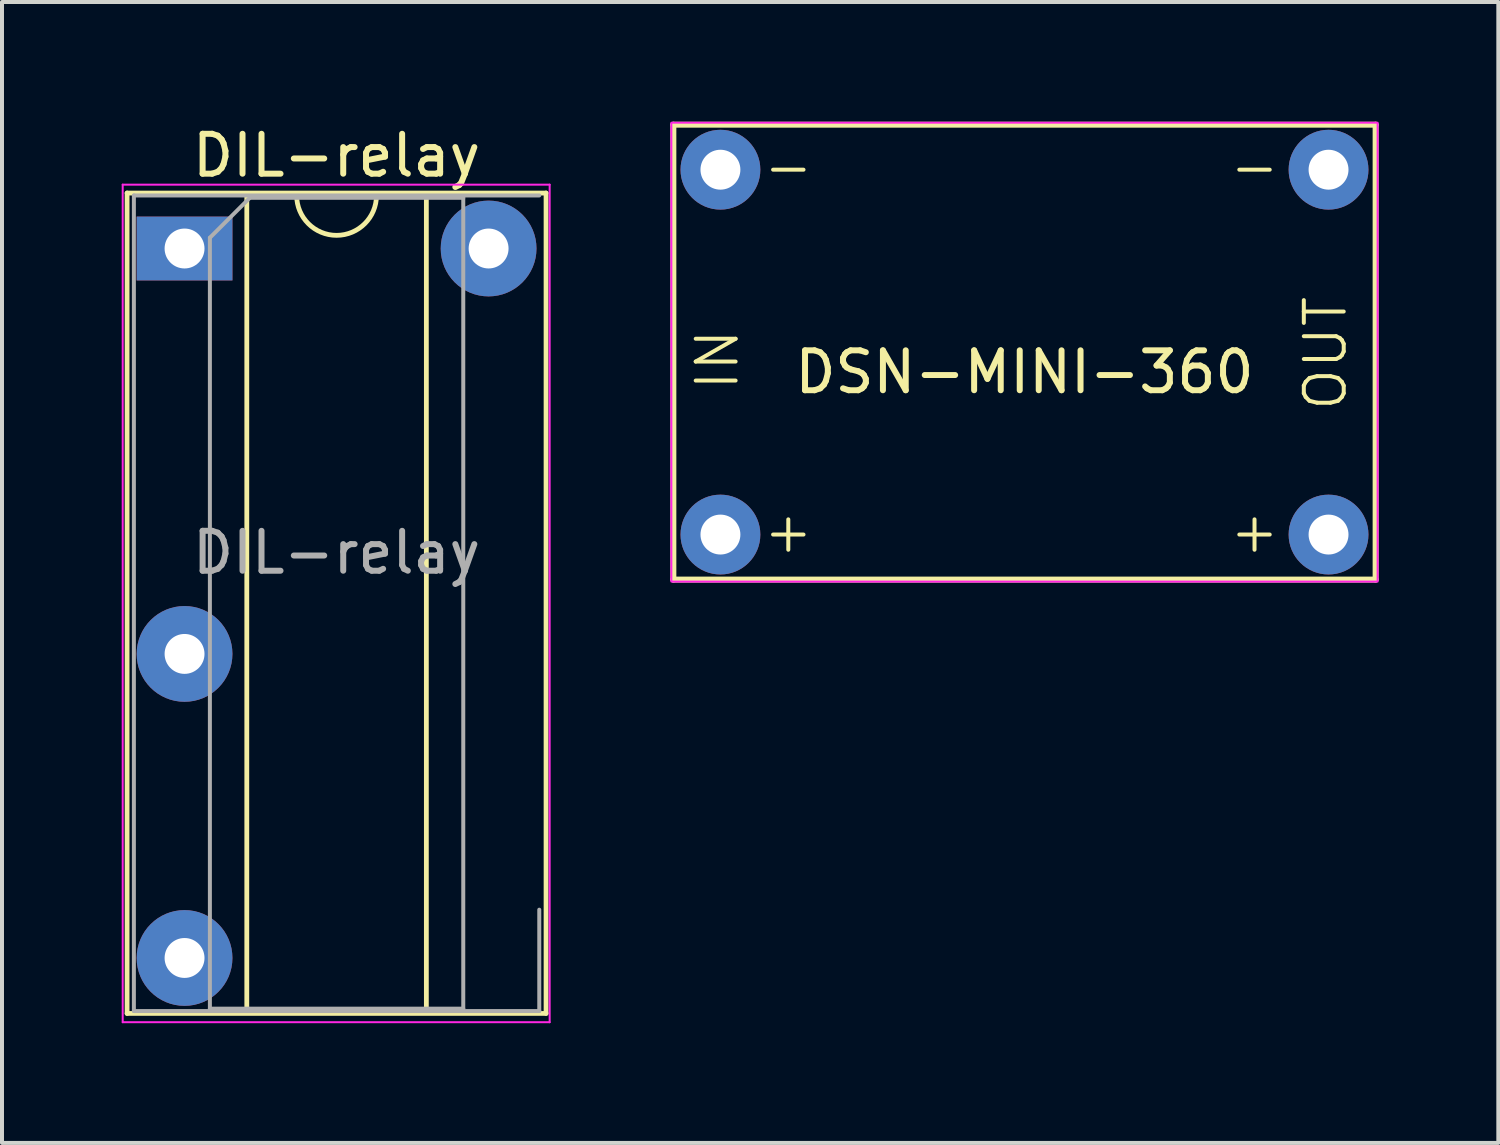
<source format=kicad_pcb>
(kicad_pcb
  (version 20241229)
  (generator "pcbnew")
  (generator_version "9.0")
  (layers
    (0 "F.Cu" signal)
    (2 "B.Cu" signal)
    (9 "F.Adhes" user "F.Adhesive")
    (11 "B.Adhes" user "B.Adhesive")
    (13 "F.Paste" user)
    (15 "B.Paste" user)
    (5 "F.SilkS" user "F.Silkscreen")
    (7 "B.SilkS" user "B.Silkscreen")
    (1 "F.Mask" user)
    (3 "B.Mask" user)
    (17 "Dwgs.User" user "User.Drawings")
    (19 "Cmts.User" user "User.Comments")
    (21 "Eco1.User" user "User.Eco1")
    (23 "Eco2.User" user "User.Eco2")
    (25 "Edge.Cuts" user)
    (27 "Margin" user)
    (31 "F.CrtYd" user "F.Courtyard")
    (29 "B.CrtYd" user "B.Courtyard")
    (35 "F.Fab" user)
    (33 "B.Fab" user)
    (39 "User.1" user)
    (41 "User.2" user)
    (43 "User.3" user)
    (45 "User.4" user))
  (footprint "DIL-relay"
    (layer "F.Cu")
    (at 1.575 3.178)
    (property "Reference" "DIL-relay" (at 3.81 -2.33 0) (layer "F.SilkS") (effects (font (size 1 1) (thickness 0.15))))
    (attr through_hole)
    (fp_line (start -1.44 -1.39) (end -1.44 19.17) (stroke (width 0.12) (type solid)) (layer "F.SilkS"))
    (fp_line (start -1.44 19.17) (end 9.06 19.17) (stroke (width 0.12) (type solid)) (layer "F.SilkS"))
    (fp_line (start 1.56 -1.33) (end 1.56 19.11) (stroke (width 0.12) (type solid)) (layer "F.SilkS"))
    (fp_line (start 1.56 19.11) (end 6.06 19.11) (stroke (width 0.12) (type solid)) (layer "F.SilkS"))
    (fp_line (start 2.81 -1.33) (end 1.56 -1.33) (stroke (width 0.12) (type solid)) (layer "F.SilkS"))
    (fp_line (start 6.06 -1.33) (end 4.81 -1.33) (stroke (width 0.12) (type solid)) (layer "F.SilkS"))
    (fp_line (start 6.06 19.11) (end 6.06 -1.33) (stroke (width 0.12) (type solid)) (layer "F.SilkS"))
    (fp_line (start 9.06 -1.39) (end -1.44 -1.39) (stroke (width 0.12) (type solid)) (layer "F.SilkS"))
    (fp_line (start 9.06 19.17) (end 9.06 -1.39) (stroke (width 0.12) (type solid)) (layer "F.SilkS"))
    (fp_arc (start 4.81 -1.33) (mid 3.81 -0.33) (end 2.81 -1.33) (stroke (width 0.12) (type solid)) (layer "F.SilkS"))
    (fp_line (start -1.55 -1.6) (end -1.55 19.39) (stroke (width 0.05) (type solid)) (layer "F.CrtYd"))
    (fp_line (start -1.55 19.39) (end 9.15 19.39) (stroke (width 0.05) (type solid)) (layer "F.CrtYd"))
    (fp_line (start 9.15 -1.6) (end -1.55 -1.6) (stroke (width 0.05) (type solid)) (layer "F.CrtYd"))
    (fp_line (start 9.15 19.39) (end 9.15 -1.6) (stroke (width 0.05) (type solid)) (layer "F.CrtYd"))
    (fp_line (start -1.27 -1.33) (end -1.27 19.11) (stroke (width 0.1) (type solid)) (layer "F.Fab"))
    (fp_line (start -1.27 19.11) (end 8.89 19.11) (stroke (width 0.1) (type solid)) (layer "F.Fab"))
    (fp_line (start 0.635 -0.27) (end 1.635 -1.27) (stroke (width 0.1) (type solid)) (layer "F.Fab"))
    (fp_line (start 0.635 19.05) (end 0.635 -0.27) (stroke (width 0.1) (type solid)) (layer "F.Fab"))
    (fp_line (start 1.635 -1.27) (end 6.985 -1.27) (stroke (width 0.1) (type solid)) (layer "F.Fab"))
    (fp_line (start 6.985 -1.27) (end 6.985 19.05) (stroke (width 0.1) (type solid)) (layer "F.Fab"))
    (fp_line (start 6.985 19.05) (end 0.635 19.05) (stroke (width 0.1) (type solid)) (layer "F.Fab"))
    (fp_line (start 8.89 -1.33) (end -1.27 -1.33) (stroke (width 0.1) (type solid)) (layer "F.Fab"))
    (fp_line (start 8.89 16.57) (end 8.89 19.11) (stroke (width 0.1) (type solid)) (layer "F.Fab"))
    (fp_text user "${REFERENCE}" (at 3.81 7.62 0) (layer "F.Fab") (effects (font (size 1 1) (thickness 0.15))))
    (pad "1" thru_hole rect (at 0 0) (size 2.4 1.6) (drill 1) (layers "*.Cu" "*.Mask"))
    (pad "2" thru_hole circle (at 7.62 0) (size 2.4 2.4) (drill 1) (layers "*.Cu" "*.Mask"))
    (pad "3" thru_hole circle (at 0 10.16) (size 2.4 2.4) (drill 1) (layers "*.Cu" "*.Mask"))
    (pad "4" thru_hole circle (at 0 17.78) (size 2.4 2.4) (drill 1) (layers "*.Cu" "*.Mask")))
  (footprint "DSN-MINI-360"
    (layer "F.Cu")
    (at 22.625 5.775)
    (property "Reference" "DSN-MINI-360" (at 0 0.5 0) (layer "F.SilkS") (effects (font (size 1 1) (thickness 0.15))))
    (attr through_hole)
    (fp_line (start -8.8 -5.7) (end 8.8 -5.7) (stroke (width 0.15) (type solid)) (layer "F.SilkS"))
    (fp_line (start -8.8 5.7) (end -8.8 -5.7) (stroke (width 0.15) (type solid)) (layer "F.SilkS"))
    (fp_line (start 8.8 -5.7) (end 8.8 5.7) (stroke (width 0.15) (type solid)) (layer "F.SilkS"))
    (fp_line (start 8.8 5.7) (end -8.8 5.7) (stroke (width 0.15) (type solid)) (layer "F.SilkS"))
    (fp_rect (start -8.85 -5.75) (end 8.85 5.75) (stroke (width 0.05) (type default)) (fill no) (layer "F.CrtYd"))
    (fp_text user "+" (at 5.08 5.08 0) (unlocked yes) (layer "F.SilkS") (effects (font (size 1 1) (thickness 0.1)) (justify left bottom)))
    (fp_text user "IN" (at -7.112 1.016 90) (unlocked yes) (layer "F.SilkS") (effects (font (size 1 1) (thickness 0.1)) (justify left bottom)))
    (fp_text user "-" (at -6.604 -4.064 0) (unlocked yes) (layer "F.SilkS") (effects (font (size 1 1) (thickness 0.1)) (justify left bottom)))
    (fp_text user "-" (at 5.08 -4.064 0) (unlocked yes) (layer "F.SilkS") (effects (font (size 1 1) (thickness 0.1)) (justify left bottom)))
    (fp_text user "OUT" (at 8.128 1.524 90) (unlocked yes) (layer "F.SilkS") (effects (font (size 1 1) (thickness 0.1)) (justify left bottom)))
    (fp_text user "+" (at -6.604 5.08 0) (unlocked yes) (layer "F.SilkS") (effects (font (size 1 1) (thickness 0.1)) (justify left bottom)))
    (pad "IN+" thru_hole circle (at -7.62 4.572) (size 2 2) (drill 1) (layers "*.Cu" "*.Mask"))
    (pad "IN-" thru_hole circle (at -7.62 -4.572) (size 2 2) (drill 1) (layers "*.Cu" "*.Mask"))
    (pad "OUT+" thru_hole circle (at 7.62 4.572) (size 2 2) (drill 1) (layers "*.Cu" "*.Mask"))
    (pad "OUT-" thru_hole circle (at 7.62 -4.572) (size 2 2) (drill 1) (layers "*.Cu" "*.Mask")))
  (gr_rect
    (start -3 -3)
    (end 34.5 25.593)
    (stroke (width 0.1) (type default))
    (fill no)
    (layer "Edge.Cuts")))
</source>
